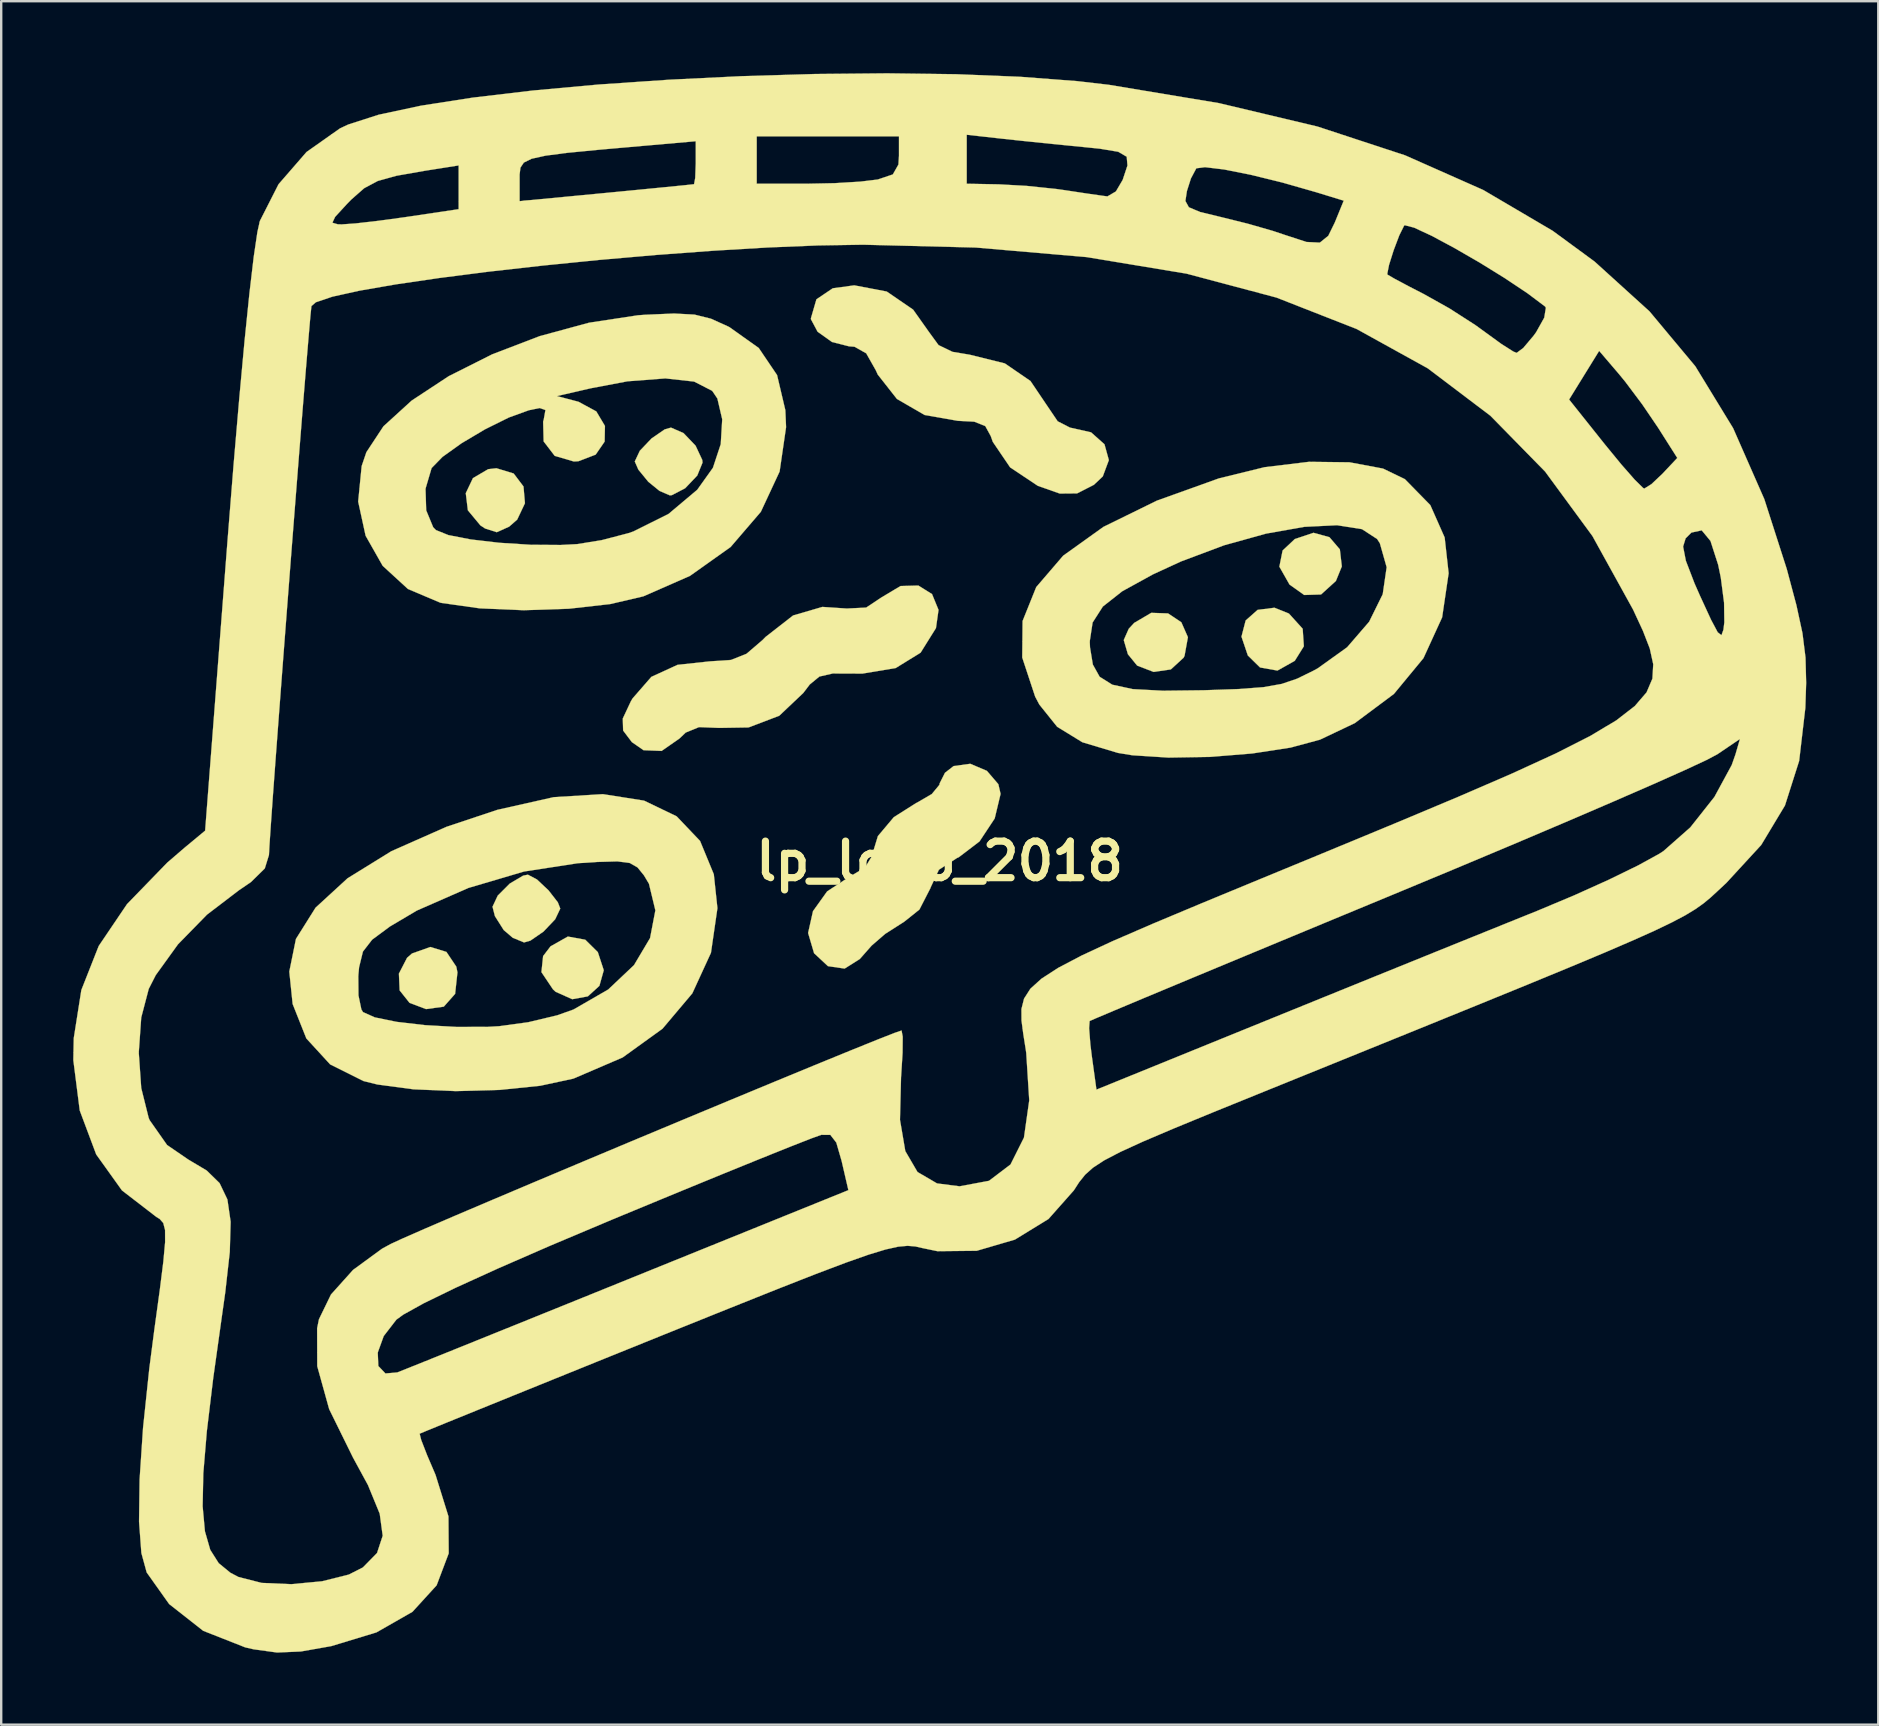
<source format=kicad_pcb>
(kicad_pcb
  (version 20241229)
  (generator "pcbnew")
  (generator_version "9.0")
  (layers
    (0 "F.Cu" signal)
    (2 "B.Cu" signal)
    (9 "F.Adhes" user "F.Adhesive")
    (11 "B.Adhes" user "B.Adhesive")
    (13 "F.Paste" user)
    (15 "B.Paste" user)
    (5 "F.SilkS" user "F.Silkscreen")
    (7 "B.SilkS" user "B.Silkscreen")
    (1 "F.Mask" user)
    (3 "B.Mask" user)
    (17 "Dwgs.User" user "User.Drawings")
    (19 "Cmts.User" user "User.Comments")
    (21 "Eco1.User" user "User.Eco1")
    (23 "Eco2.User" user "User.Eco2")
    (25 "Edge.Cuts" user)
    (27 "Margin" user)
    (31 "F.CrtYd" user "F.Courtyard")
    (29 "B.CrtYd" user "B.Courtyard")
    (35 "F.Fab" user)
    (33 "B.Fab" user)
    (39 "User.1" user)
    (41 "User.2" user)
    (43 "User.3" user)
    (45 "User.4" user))
  (footprint "lp_logo_2018"
    (layer "F.Cu")
    (at 36.096 32.827)
    (property "Reference" "lp_logo_2018" (at 0 0 0) (layer "F.SilkS") (effects (font (size 1.524 1.524) (thickness 0.3))))
    (attr through_hole)
    (fp_poly (pts (xy 14.553 -10.315) (xy 15.126 -9.682) (xy 15.175 -8.952) (xy 14.797 -8.346) (xy 14.075 -7.94) (xy 13.35 -8.069) (xy 12.841 -8.568) (xy 12.576 -9.353) (xy 12.751 -10.027) (xy 13.249 -10.469) (xy 13.952 -10.558) (xy 14.553 -10.315)) (stroke (width 0.01) (type solid)) (fill yes) (layer "F.SilkS"))
    (fp_poly (pts (xy 16.242 -13.496) (xy 16.675 -12.989) (xy 16.757 -12.278) (xy 16.51 -11.672) (xy 15.891 -11.11) (xy 15.188 -11.089) (xy 14.578 -11.523) (xy 14.155 -12.268) (xy 14.29 -12.942) (xy 14.798 -13.419) (xy 15.577 -13.68) (xy 16.242 -13.496)) (stroke (width 0.01) (type solid)) (fill yes) (layer "F.SilkS"))
    (fp_poly (pts (xy -20.548 3.781) (xy -20.136 4.395) (xy -20.088 4.634) (xy -20.185 5.529) (xy -20.657 6.062) (xy -21.396 6.164) (xy -22.084 5.904) (xy -22.496 5.385) (xy -22.527 4.685) (xy -22.187 4.027) (xy -21.981 3.847) (xy -21.216 3.576) (xy -20.548 3.781)) (stroke (width 0.01) (type solid)) (fill yes) (layer "F.SilkS"))
    (fp_poly (pts (xy -14.764 3.273) (xy -14.239 3.791) (xy -13.992 4.545) (xy -14.174 5.195) (xy -14.655 5.633) (xy -15.306 5.752) (xy -15.997 5.443) (xy -16.108 5.341) (xy -16.589 4.624) (xy -16.519 3.955) (xy -16.208 3.548) (xy -15.488 3.142) (xy -14.764 3.273)) (stroke (width 0.01) (type solid)) (fill yes) (layer "F.SilkS"))
    (fp_poly (pts (xy -17.745 -16.15) (xy -17.336 -15.608) (xy -17.276 -14.911) (xy -17.599 -14.229) (xy -17.934 -13.936) (xy -18.45 -13.704) (xy -18.936 -13.859) (xy -19.134 -13.99) (xy -19.654 -14.617) (xy -19.741 -15.33) (xy -19.442 -15.958) (xy -18.807 -16.33) (xy -18.464 -16.369) (xy -17.745 -16.15)) (stroke (width 0.01) (type solid)) (fill yes) (layer "F.SilkS"))
    (fp_poly (pts (xy 9.517 -10.321) (xy 10.071 -9.952) (xy 10.345 -9.33) (xy 10.204 -8.552) (xy 10.166 -8.477) (xy 9.634 -7.988) (xy 8.917 -7.883) (xy 8.23 -8.147) (xy 7.845 -8.62) (xy 7.672 -9.211) (xy 7.88 -9.681) (xy 8.108 -9.927) (xy 8.818 -10.345) (xy 9.517 -10.321)) (stroke (width 0.01) (type solid)) (fill yes) (layer "F.SilkS"))
    (fp_poly (pts (xy -16.774 0.764) (xy -16.29 1.22) (xy -15.905 1.716) (xy -15.804 1.976) (xy -16.016 2.422) (xy -16.503 2.935) (xy -17.05 3.312) (xy -17.313 3.387) (xy -17.783 3.193) (xy -18.16 2.871) (xy -18.527 2.29) (xy -18.627 1.899) (xy -18.409 1.435) (xy -17.909 0.935) (xy -17.352 0.604) (xy -17.153 0.564) (xy -16.774 0.764)) (stroke (width 0.01) (type solid)) (fill yes) (layer "F.SilkS"))
    (fp_poly (pts (xy -10.67 -17.835) (xy -10.166 -17.308) (xy -9.888 -16.713) (xy -9.878 -16.602) (xy -10.097 -16.065) (xy -10.601 -15.536) (xy -11.154 -15.248) (xy -11.241 -15.24) (xy -11.668 -15.424) (xy -12.136 -15.804) (xy -12.55 -16.31) (xy -12.7 -16.651) (xy -12.489 -17.098) (xy -12.001 -17.611) (xy -11.455 -17.987) (xy -11.192 -18.062) (xy -10.67 -17.835)) (stroke (width 0.01) (type solid)) (fill yes) (layer "F.SilkS"))
    (fp_poly (pts (xy 1.97 -3.762) (xy 2.447 -3.206) (xy 2.54 -2.802) (xy 2.295 -1.778) (xy 1.663 -0.822) (xy 0.8 -0.164) (xy 0.724 -0.131) (xy -0.029 0.358) (xy -0.374 1.095) (xy -0.379 1.117) (xy -0.841 2.016) (xy -1.475 2.523) (xy -2.266 3.029) (xy -2.831 3.518) (xy -3.327 4.079) (xy -3.957 4.476) (xy -4.652 4.375) (xy -5.23 3.837) (xy -5.479 2.993) (xy -5.275 2.083) (xy -4.686 1.26) (xy -3.82 0.692) (xy -3.105 0.264) (xy -2.823 -0.202) (xy -2.822 -0.223) (xy -2.571 -1.044) (xy -1.909 -1.831) (xy -0.976 -2.422) (xy -0.951 -2.432) (xy -0.325 -2.796) (xy -0.009 -3.179) (xy 0 -3.239) (xy 0.224 -3.682) (xy 0.583 -3.961) (xy 1.277 -4.056) (xy 1.97 -3.762)) (stroke (width 0.01) (type solid)) (fill yes) (layer "F.SilkS"))
    (fp_poly (pts (xy -0.316 -11.126) (xy -0.045 -10.467) (xy -0.152 -9.71) (xy -0.792 -8.685) (xy -1.828 -8.046) (xy -3.226 -7.812) (xy -3.542 -7.815) (xy -4.455 -7.818) (xy -5.009 -7.691) (xy -5.411 -7.359) (xy -5.679 -7.007) (xy -6.681 -6.058) (xy -7.959 -5.571) (xy -9.189 -5.551) (xy -10.024 -5.584) (xy -10.577 -5.358) (xy -10.84 -5.108) (xy -11.582 -4.592) (xy -12.335 -4.622) (xy -12.821 -4.959) (xy -13.185 -5.44) (xy -13.2 -5.94) (xy -12.864 -6.657) (xy -12.793 -6.778) (xy -12.01 -7.677) (xy -10.92 -8.178) (xy -9.586 -8.322) (xy -8.689 -8.383) (xy -8.044 -8.64) (xy -7.379 -9.211) (xy -7.249 -9.343) (xy -6.103 -10.236) (xy -4.884 -10.592) (xy -3.866 -10.524) (xy -3.06 -10.564) (xy -2.412 -10.994) (xy -1.628 -11.462) (xy -0.886 -11.482) (xy -0.316 -11.126)) (stroke (width 0.01) (type solid)) (fill yes) (layer "F.SilkS"))
    (fp_poly (pts (xy -2.203 -23.731) (xy -1.103 -22.977) (xy -0.43 -22.027) (xy -0.045 -21.5) (xy 0.535 -21.219) (xy 1.253 -21.099) (xy 2.717 -20.737) (xy 3.785 -20.004) (xy 4.438 -19.036) (xy 4.919 -18.325) (xy 5.432 -18.062) (xy 5.433 -18.062) (xy 6.31 -17.865) (xy 6.869 -17.367) (xy 7.051 -16.708) (xy 6.798 -16.028) (xy 6.428 -15.679) (xy 5.727 -15.321) (xy 5.005 -15.315) (xy 4.092 -15.636) (xy 2.938 -16.405) (xy 2.216 -17.468) (xy 2.131 -17.709) (xy 1.903 -18.125) (xy 1.441 -18.309) (xy 0.757 -18.345) (xy -0.624 -18.587) (xy -1.778 -19.255) (xy -2.577 -20.272) (xy -2.659 -20.452) (xy -3.058 -21.157) (xy -3.545 -21.431) (xy -3.775 -21.449) (xy -4.483 -21.628) (xy -5.084 -22.057) (xy -5.361 -22.577) (xy -5.362 -22.616) (xy -5.132 -23.407) (xy -4.451 -23.867) (xy -3.556 -23.989) (xy -2.203 -23.731)) (stroke (width 0.01) (type solid)) (fill yes) (layer "F.SilkS"))
    (fp_poly (pts (xy -12.314 -2.521) (xy -10.957 -1.868) (xy -9.98 -0.842) (xy -9.407 0.547) (xy -9.257 1.96) (xy -9.526 3.818) (xy -10.303 5.509) (xy -11.544 6.98) (xy -13.206 8.179) (xy -15.243 9.054) (xy -15.278 9.065) (xy -16.641 9.358) (xy -18.332 9.531) (xy -20.157 9.581) (xy -21.919 9.506) (xy -23.423 9.305) (xy -24.003 9.161) (xy -25.391 8.468) (xy -26.383 7.387) (xy -26.954 5.951) (xy -27.075 4.774) (xy -24.219 4.774) (xy -24.212 5.593) (xy -24.09 6.179) (xy -24.022 6.289) (xy -23.532 6.509) (xy -22.623 6.695) (xy -21.438 6.833) (xy -20.121 6.907) (xy -18.818 6.903) (xy -18.353 6.877) (xy -17.139 6.711) (xy -15.932 6.423) (xy -15.252 6.181) (xy -13.809 5.349) (xy -12.732 4.331) (xy -12.063 3.205) (xy -11.842 2.05) (xy -12.109 0.942) (xy -12.319 0.59) (xy -12.585 0.263) (xy -12.906 0.078) (xy -13.422 0.01) (xy -14.27 0.034) (xy -15.07 0.086) (xy -17.314 0.432) (xy -19.631 1.116) (xy -21.781 2.059) (xy -22.898 2.72) (xy -23.642 3.271) (xy -24.026 3.767) (xy -24.186 4.42) (xy -24.219 4.774) (xy -27.075 4.774) (xy -27.093 4.601) (xy -26.816 3.24) (xy -25.999 1.938) (xy -24.666 0.714) (xy -22.84 -0.415) (xy -20.546 -1.43) (xy -18.431 -2.136) (xy -16.075 -2.666) (xy -14.028 -2.791) (xy -12.314 -2.521)) (stroke (width 0.01) (type solid)) (fill yes) (layer "F.SilkS"))
    (fp_poly (pts (xy 17.075 -16.617) (xy 18.473 -16.355) (xy 19.384 -15.915) (xy 20.444 -14.833) (xy 21.041 -13.485) (xy 21.207 -11.994) (xy 20.936 -10.157) (xy 20.158 -8.457) (xy 18.926 -6.965) (xy 17.295 -5.749) (xy 15.846 -5.061) (xy 14.618 -4.73) (xy 13.026 -4.486) (xy 11.267 -4.343) (xy 9.536 -4.314) (xy 8.029 -4.411) (xy 7.43 -4.509) (xy 5.949 -4.953) (xy 4.898 -5.597) (xy 4.154 -6.525) (xy 3.98 -6.855) (xy 3.442 -8.483) (xy 3.449 -9.158) (xy 6.255 -9.158) (xy 6.266 -8.906) (xy 6.384 -8.19) (xy 6.667 -7.682) (xy 7.195 -7.351) (xy 8.047 -7.167) (xy 9.303 -7.1) (xy 11.007 -7.12) (xy 12.454 -7.17) (xy 13.486 -7.248) (xy 14.251 -7.383) (xy 14.898 -7.603) (xy 15.576 -7.936) (xy 15.755 -8.034) (xy 16.978 -8.911) (xy 17.896 -9.975) (xy 18.461 -11.121) (xy 18.625 -12.246) (xy 18.341 -13.246) (xy 18.226 -13.422) (xy 17.598 -13.831) (xy 16.558 -13.995) (xy 15.194 -13.928) (xy 13.597 -13.645) (xy 11.854 -13.16) (xy 10.056 -12.486) (xy 8.89 -11.949) (xy 7.613 -11.247) (xy 6.801 -10.608) (xy 6.374 -9.942) (xy 6.255 -9.158) (xy 3.449 -9.158) (xy 3.457 -10.005) (xy 4.026 -11.419) (xy 5.148 -12.726) (xy 6.824 -13.926) (xy 9.054 -15.02) (xy 11.632 -15.945) (xy 13.538 -16.413) (xy 15.391 -16.637) (xy 17.075 -16.617)) (stroke (width 0.01) (type solid)) (fill yes) (layer "F.SilkS"))
    (fp_poly (pts (xy -10.212 -22.77) (xy -9.526 -22.599) (xy -8.806 -22.273) (xy -8.755 -22.247) (xy -7.535 -21.379) (xy -6.772 -20.251) (xy -6.427 -18.788) (xy -6.397 -18.08) (xy -6.666 -16.232) (xy -7.448 -14.554) (xy -8.706 -13.089) (xy -10.402 -11.884) (xy -12.341 -11.033) (xy -13.72 -10.711) (xy -15.449 -10.516) (xy -17.329 -10.454) (xy -19.159 -10.532) (xy -20.737 -10.755) (xy -20.808 -10.77) (xy -22.149 -11.337) (xy -23.203 -12.304) (xy -23.914 -13.557) (xy -24.224 -14.98) (xy -24.171 -15.517) (xy -21.418 -15.517) (xy -21.39 -14.616) (xy -21.1 -13.913) (xy -20.984 -13.793) (xy -20.466 -13.584) (xy -19.536 -13.403) (xy -18.345 -13.264) (xy -17.044 -13.181) (xy -15.785 -13.172) (xy -15.099 -13.208) (xy -14.079 -13.373) (xy -12.981 -13.66) (xy -12.759 -13.735) (xy -11.292 -14.467) (xy -10.096 -15.474) (xy -9.444 -16.388) (xy -9.118 -17.374) (xy -9.057 -18.409) (xy -9.259 -19.275) (xy -9.475 -19.594) (xy -10.229 -19.98) (xy -11.426 -20.112) (xy -13.004 -19.991) (xy -14.534 -19.701) (xy -15.946 -19.376) (xy -15.046 -19.139) (xy -14.303 -18.737) (xy -13.943 -18.132) (xy -13.956 -17.479) (xy -14.329 -16.937) (xy -15.05 -16.661) (xy -15.24 -16.651) (xy -16.036 -16.885) (xy -16.497 -17.487) (xy -16.518 -18.313) (xy -16.494 -18.394) (xy -16.422 -18.794) (xy -16.664 -18.878) (xy -17.114 -18.785) (xy -17.95 -18.482) (xy -18.94 -17.991) (xy -19.915 -17.412) (xy -20.71 -16.843) (xy -21.158 -16.384) (xy -21.168 -16.366) (xy -21.418 -15.517) (xy -24.171 -15.517) (xy -24.078 -16.46) (xy -23.882 -17.037) (xy -23.171 -18.116) (xy -21.995 -19.188) (xy -20.452 -20.204) (xy -18.641 -21.115) (xy -16.659 -21.874) (xy -14.604 -22.432) (xy -12.574 -22.741) (xy -12.277 -22.763) (xy -11.063 -22.815) (xy -10.212 -22.77)) (stroke (width 0.01) (type solid)) (fill yes) (layer "F.SilkS"))
    (fp_poly (pts (xy 0.688 -32.785) (xy 3.35 -32.678) (xy 5.727 -32.497) (xy 7.056 -32.343) (xy 11.643 -31.579) (xy 15.742 -30.605) (xy 19.397 -29.404) (xy 22.649 -27.962) (xy 25.54 -26.262) (xy 27.287 -24.98) (xy 29.576 -22.904) (xy 31.483 -20.619) (xy 33.059 -18.039) (xy 34.359 -15.081) (xy 35.294 -12.171) (xy 35.696 -10.663) (xy 35.948 -9.497) (xy 36.075 -8.483) (xy 36.102 -7.428) (xy 36.068 -6.386) (xy 35.81 -4.176) (xy 35.219 -2.319) (xy 34.229 -0.673) (xy 32.776 0.907) (xy 32.717 0.962) (xy 32.399 1.259) (xy 32.115 1.52) (xy 31.824 1.761) (xy 31.487 2) (xy 31.064 2.257) (xy 30.515 2.547) (xy 29.8 2.891) (xy 28.879 3.304) (xy 27.712 3.807) (xy 26.26 4.415) (xy 24.482 5.148) (xy 22.338 6.023) (xy 19.789 7.059) (xy 16.795 8.273) (xy 13.544 9.59) (xy 11.415 10.454) (xy 9.746 11.141) (xy 8.473 11.683) (xy 7.532 12.113) (xy 6.859 12.464) (xy 6.391 12.77) (xy 6.063 13.063) (xy 5.812 13.377) (xy 5.593 13.716) (xy 4.536 14.909) (xy 3.138 15.767) (xy 1.547 16.233) (xy -0.089 16.25) (xy -0.71 16.121) (xy -1.012 16.052) (xy -1.334 16.026) (xy -1.73 16.062) (xy -2.256 16.18) (xy -2.966 16.396) (xy -3.914 16.73) (xy -5.157 17.2) (xy -6.748 17.824) (xy -8.742 18.621) (xy -11.194 19.608) (xy -11.699 19.812) (xy -13.92 20.709) (xy -15.971 21.539) (xy -17.794 22.277) (xy -19.331 22.901) (xy -20.526 23.386) (xy -21.321 23.711) (xy -21.657 23.851) (xy -21.664 23.854) (xy -21.598 24.114) (xy -21.352 24.748) (xy -21.001 25.568) (xy -20.463 27.298) (xy -20.452 28.839) (xy -20.955 30.17) (xy -21.962 31.274) (xy -23.461 32.131) (xy -25.343 32.703) (xy -26.612 32.927) (xy -27.605 32.97) (xy -28.579 32.836) (xy -28.928 32.756) (xy -30.68 32.066) (xy -32.099 30.951) (xy -33.035 29.633) (xy -33.256 28.824) (xy -33.353 27.516) (xy -33.33 25.763) (xy -33.187 23.617) (xy -32.925 21.13) (xy -32.717 19.527) (xy -32.489 17.866) (xy -32.34 16.677) (xy -32.267 15.874) (xy -32.269 15.369) (xy -32.344 15.077) (xy -32.49 14.91) (xy -32.63 14.824) (xy -34.064 13.719) (xy -35.138 12.219) (xy -35.824 10.388) (xy -36.091 8.29) (xy -36.085 7.976) (xy -33.365 7.976) (xy -33.262 9.453) (xy -32.954 10.69) (xy -32.913 10.79) (xy -32.186 11.826) (xy -31.304 12.43) (xy -30.536 12.888) (xy -29.998 13.413) (xy -29.672 14.095) (xy -29.537 15.023) (xy -29.573 16.284) (xy -29.762 17.969) (xy -29.888 18.861) (xy -30.265 21.554) (xy -30.529 23.75) (xy -30.676 25.505) (xy -30.704 26.876) (xy -30.609 27.919) (xy -30.387 28.691) (xy -30.035 29.247) (xy -29.549 29.646) (xy -29.21 29.824) (xy -28.244 30.07) (xy -27.011 30.123) (xy -25.728 30.002) (xy -24.614 29.723) (xy -24.026 29.424) (xy -23.438 28.824) (xy -23.202 28.106) (xy -23.326 27.188) (xy -23.817 25.992) (xy -24.438 24.85) (xy -25.432 22.831) (xy -25.929 21.042) (xy -25.931 20.472) (xy -23.408 20.472) (xy -23.384 21.034) (xy -23.088 21.344) (xy -22.593 21.301) (xy -22.236 21.159) (xy -21.419 20.831) (xy -20.205 20.342) (xy -18.656 19.717) (xy -16.836 18.982) (xy -14.808 18.162) (xy -12.978 17.421) (xy -3.801 13.707) (xy -4.084 12.484) (xy -4.304 11.725) (xy -4.552 11.405) (xy -4.927 11.402) (xy -4.936 11.405) (xy -5.33 11.546) (xy -6.176 11.877) (xy -7.407 12.371) (xy -8.955 13) (xy -10.75 13.736) (xy -12.726 14.553) (xy -13.672 14.945) (xy -16.223 16.021) (xy -18.398 16.969) (xy -20.166 17.774) (xy -21.493 18.42) (xy -22.345 18.893) (xy -22.632 19.102) (xy -23.159 19.785) (xy -23.408 20.472) (xy -25.931 20.472) (xy -25.934 19.459) (xy -25.858 19.087) (xy -25.357 18.055) (xy -24.436 17.029) (xy -23.228 16.146) (xy -22.861 15.946) (xy -22.364 15.717) (xy -21.443 15.313) (xy -20.165 14.763) (xy -18.597 14.096) (xy -16.807 13.339) (xy -14.864 12.521) (xy -12.834 11.669) (xy -10.784 10.813) (xy -8.783 9.98) (xy -6.899 9.199) (xy -5.198 8.497) (xy -3.748 7.904) (xy -2.618 7.447) (xy -1.874 7.155) (xy -1.585 7.056) (xy -1.537 7.313) (xy -1.543 7.988) (xy -1.602 8.94) (xy -1.607 9) (xy -1.651 10.776) (xy -1.429 12.08) (xy -0.921 12.951) (xy -0.108 13.426) (xy 0.831 13.547) (xy 2.057 13.318) (xy 2.953 12.638) (xy 3.514 11.517) (xy 3.734 9.966) (xy 3.609 7.993) (xy 3.591 7.865) (xy 3.486 7.201) (xy 3.454 6.959) (xy 6.228 6.959) (xy 6.281 7.635) (xy 6.342 8.128) (xy 6.534 9.519) (xy 13.78 6.573) (xy 15.936 5.697) (xy 18.157 4.796) (xy 20.319 3.92) (xy 22.298 3.12) (xy 23.969 2.445) (xy 24.934 2.056) (xy 26.442 1.423) (xy 27.878 0.775) (xy 29.103 0.177) (xy 29.98 -0.305) (xy 30.155 -0.418) (xy 31.276 -1.407) (xy 32.28 -2.676) (xy 33.001 -4.004) (xy 33.158 -4.451) (xy 33.344 -5.091) (xy 32.4 -4.451) (xy 31.953 -4.215) (xy 31.039 -3.79) (xy 29.714 -3.199) (xy 28.034 -2.467) (xy 26.054 -1.616) (xy 23.83 -0.672) (xy 21.417 0.341) (xy 18.903 1.387) (xy 16.395 2.426) (xy 14.051 3.399) (xy 11.92 4.284) (xy 10.054 5.061) (xy 8.503 5.708) (xy 7.319 6.205) (xy 6.552 6.529) (xy 6.252 6.66) (xy 6.25 6.661) (xy 6.228 6.959) (xy 3.454 6.959) (xy 3.412 6.642) (xy 3.409 6.16) (xy 3.518 5.727) (xy 3.782 5.315) (xy 4.242 4.898) (xy 4.939 4.446) (xy 5.915 3.933) (xy 7.211 3.331) (xy 8.869 2.613) (xy 10.931 1.749) (xy 13.438 0.713) (xy 15.742 -0.237) (xy 18.921 -1.553) (xy 21.612 -2.682) (xy 23.85 -3.651) (xy 25.67 -4.486) (xy 27.105 -5.215) (xy 28.191 -5.864) (xy 28.962 -6.461) (xy 29.453 -7.032) (xy 29.697 -7.604) (xy 29.731 -8.204) (xy 29.587 -8.86) (xy 29.301 -9.597) (xy 28.908 -10.444) (xy 28.885 -10.492) (xy 27.44 -13.106) (xy 30.975 -13.106) (xy 31.09 -12.514) (xy 31.451 -11.573) (xy 31.682 -11.05) (xy 32.137 -10.062) (xy 32.417 -9.535) (xy 32.573 -9.412) (xy 32.655 -9.64) (xy 32.693 -9.948) (xy 32.682 -10.766) (xy 32.546 -11.813) (xy 32.436 -12.347) (xy 32.116 -13.34) (xy 31.751 -13.782) (xy 31.322 -13.689) (xy 31.081 -13.45) (xy 30.975 -13.106) (xy 27.44 -13.106) (xy 27.196 -13.548) (xy 25.225 -16.232) (xy 22.947 -18.556) (xy 22.054 -19.232) (xy 26.226 -19.232) (xy 27.705 -17.377) (xy 28.399 -16.531) (xy 28.964 -15.887) (xy 29.308 -15.549) (xy 29.359 -15.522) (xy 29.656 -15.707) (xy 30.127 -16.152) (xy 30.134 -16.16) (xy 30.733 -16.798) (xy 29.929 -18.065) (xy 29.272 -19.032) (xy 28.559 -19.982) (xy 28.302 -20.295) (xy 27.478 -21.259) (xy 26.852 -20.246) (xy 26.226 -19.232) (xy 22.054 -19.232) (xy 20.338 -20.531) (xy 17.376 -22.169) (xy 14.036 -23.479) (xy 10.322 -24.467) (xy 18.65 -24.467) (xy 18.659 -24.437) (xy 18.951 -24.266) (xy 19.59 -23.926) (xy 20.179 -23.623) (xy 21.244 -23.026) (xy 22.316 -22.337) (xy 22.719 -22.045) (xy 23.403 -21.548) (xy 23.901 -21.232) (xy 24.04 -21.175) (xy 24.313 -21.377) (xy 24.744 -21.888) (xy 24.851 -22.035) (xy 25.19 -22.641) (xy 25.258 -23.057) (xy 25.223 -23.109) (xy 24.494 -23.657) (xy 23.546 -24.29) (xy 22.488 -24.944) (xy 21.432 -25.554) (xy 20.488 -26.059) (xy 19.768 -26.393) (xy 19.382 -26.493) (xy 19.352 -26.477) (xy 19.152 -26.074) (xy 18.917 -25.453) (xy 18.724 -24.841) (xy 18.65 -24.467) (xy 10.322 -24.467) (xy 10.294 -24.475) (xy 6.126 -25.166) (xy 1.509 -25.564) (xy -3.189 -25.682) (xy -5.066 -25.652) (xy -7.171 -25.566) (xy -9.438 -25.431) (xy -11.798 -25.256) (xy -14.186 -25.048) (xy -16.532 -24.813) (xy -18.771 -24.561) (xy -20.834 -24.297) (xy -22.654 -24.03) (xy -24.165 -23.768) (xy -25.298 -23.517) (xy -25.986 -23.285) (xy -26.171 -23.125) (xy -26.213 -22.723) (xy -26.29 -21.834) (xy -26.399 -20.533) (xy -26.532 -18.895) (xy -26.683 -16.996) (xy -26.847 -14.911) (xy -27.019 -12.716) (xy -27.191 -10.487) (xy -27.359 -8.298) (xy -27.516 -6.225) (xy -27.657 -4.343) (xy -27.776 -2.729) (xy -27.866 -1.457) (xy -27.923 -0.603) (xy -27.941 -0.255) (xy -28.114 0.304) (xy -28.693 0.873) (xy -29.189 1.211) (xy -30.522 2.228) (xy -31.731 3.465) (xy -32.656 4.747) (xy -32.95 5.323) (xy -33.262 6.515) (xy -33.365 7.976) (xy -36.085 7.976) (xy -36.073 7.374) (xy -35.757 5.37) (xy -35.033 3.534) (xy -33.854 1.79) (xy -32.179 0.063) (xy -31.451 -0.564) (xy -30.6 -1.27) (xy -29.666 -13.367) (xy -29.417 -16.486) (xy -29.179 -19.264) (xy -28.958 -21.665) (xy -28.755 -23.649) (xy -28.575 -25.179) (xy -28.422 -26.214) (xy -28.336 -26.598) (xy -25.299 -26.598) (xy -25.068 -26.531) (xy -24.9 -26.529) (xy -24.331 -26.569) (xy -23.397 -26.676) (xy -22.287 -26.827) (xy -22.166 -26.845) (xy -20.038 -27.162) (xy -20.038 -28.385) (xy -17.498 -28.385) (xy -17.498 -27.496) (xy -17.417 -27.504) (xy 10.24 -27.504) (xy 10.384 -27.242) (xy 10.852 -27.045) (xy 11.739 -26.83) (xy 12.84 -26.557) (xy 13.89 -26.255) (xy 14.367 -26.095) (xy 15.283 -25.796) (xy 15.84 -25.769) (xy 16.192 -26.051) (xy 16.461 -26.599) (xy 16.836 -27.517) (xy 15.685 -27.87) (xy 14.279 -28.272) (xy 12.965 -28.595) (xy 11.854 -28.816) (xy 11.059 -28.912) (xy 10.695 -28.865) (xy 10.471 -28.444) (xy 10.303 -27.918) (xy 10.24 -27.504) (xy -17.417 -27.504) (xy -13.899 -27.84) (xy -12.544 -27.971) (xy -11.41 -28.082) (xy -10.606 -28.162) (xy -10.241 -28.202) (xy -10.231 -28.203) (xy -10.182 -28.464) (xy -10.16 -29.07) (xy -10.16 -29.108) (xy -10.16 -29.993) (xy -12.347 -29.801) (xy -14.163 -29.641) (xy -15.493 -29.512) (xy -16.412 -29.393) (xy -16.997 -29.264) (xy -17.322 -29.104) (xy -17.464 -28.891) (xy -17.498 -28.606) (xy -17.498 -28.385) (xy -20.038 -28.385) (xy -20.038 -28.985) (xy -21.462 -28.76) (xy -22.627 -28.555) (xy -23.405 -28.339) (xy -23.972 -28.037) (xy -24.5 -27.574) (xy -24.698 -27.372) (xy -25.184 -26.842) (xy -25.299 -26.598) (xy -28.336 -26.598) (xy -28.32 -26.669) (xy -27.541 -28.202) (xy -26.376 -29.544) (xy -25.449 -30.198) (xy -7.62 -30.198) (xy -7.62 -28.222) (xy -5.539 -28.222) (xy 1.129 -28.222) (xy 2.469 -28.197) (xy 3.62 -28.133) (xy 4.868 -28.003) (xy 5.221 -27.953) (xy 6.11 -27.818) (xy 6.791 -27.721) (xy 6.992 -27.695) (xy 7.344 -27.901) (xy 7.627 -28.382) (xy 7.826 -28.982) (xy 7.795 -29.347) (xy 7.442 -29.554) (xy 6.673 -29.682) (xy 5.997 -29.751) (xy 4.723 -29.877) (xy 3.413 -30.012) (xy 2.611 -30.098) (xy 1.129 -30.263) (xy 1.129 -28.222) (xy -5.539 -28.222) (xy -4.371 -28.246) (xy -3.307 -28.31) (xy -2.577 -28.398) (xy -2.575 -28.399) (xy -1.949 -28.61) (xy -1.716 -29.021) (xy -1.693 -29.386) (xy -1.693 -30.198) (xy -7.62 -30.198) (xy -25.449 -30.198) (xy -24.978 -30.53) (xy -24.636 -30.69) (xy -23.367 -31.098) (xy -21.612 -31.473) (xy -19.447 -31.81) (xy -16.95 -32.105) (xy -14.198 -32.356) (xy -11.268 -32.556) (xy -8.238 -32.704) (xy -5.183 -32.794) (xy -2.182 -32.822) (xy 0.688 -32.785)) (stroke (width 0.01) (type solid)) (fill yes) (layer "F.SilkS")))
  (gr_rect
    (start -3 -3)
    (end 75.203 68.802)
    (stroke (width 0.1) (type default))
    (fill no)
    (layer "Edge.Cuts")))
</source>
